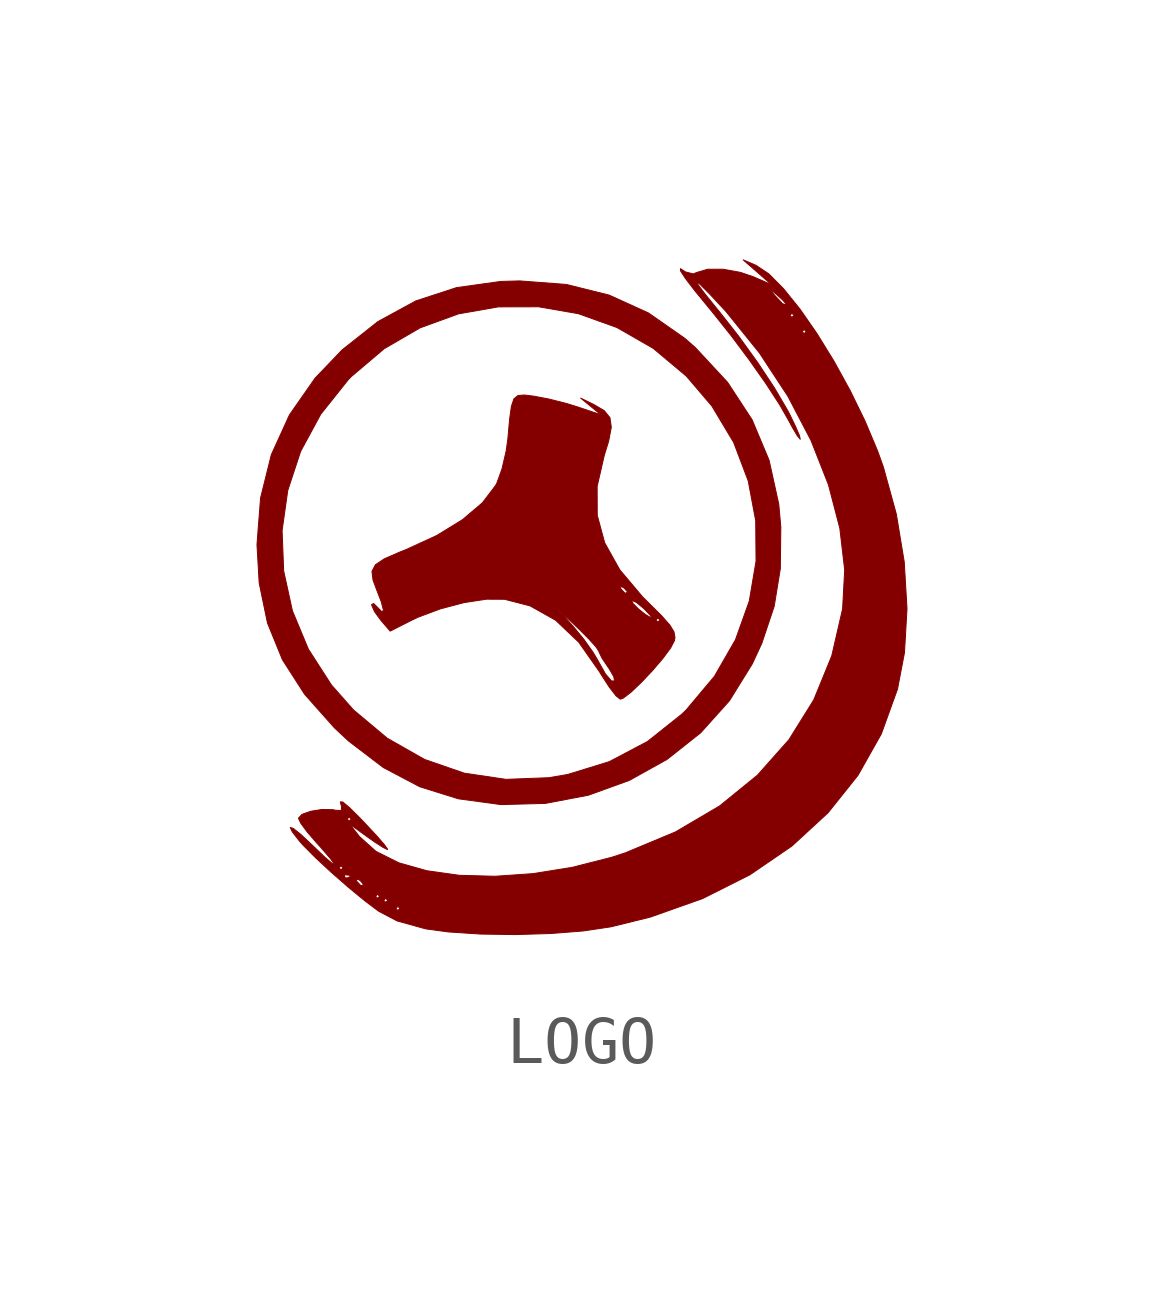
<source format=kicad_sym>
(kicad_symbol_lib
  (version 20220914)
  (generator "bitmap2component")
  (generator_version "9.0")
  (symbol "LOGO"
    (pin_names
      (offset 1.016))
    (property "Reference" "#G"
      (at 0 6.9 0)
      (effects (font (size 1.27 1.27)) hide))
    (symbol "LOGO_0_0"
      (polyline (pts (xy -0.922 -6.83) (xy -0.24 -6.776) (xy 0.334 -6.69) (xy 1.154 -6.488) (xy 2.244 -6.102) (xy 3.23 -5.606) (xy 4.104 -5.008) (xy 4.858 -4.314) (xy 5.482 -3.533) (xy 5.968 -2.671) (xy 6.306 -1.736) (xy 6.451 -0.978) (xy 6.504 -0.059) (xy 6.446 0.916) (xy 6.281 1.912) (xy 6.011 2.893) (xy 5.89 3.23) (xy 5.628 3.853) (xy 5.32 4.484) (xy 4.982 5.098) (xy 4.628 5.673) (xy 4.273 6.184) (xy 3.932 6.607) (xy 3.621 6.92) (xy 3.354 7.097) (xy 3.09 7.209) (xy 3.387 6.95) (xy 3.683 6.69) (xy 3.302 6.857) (xy 3.033 6.949) (xy 2.674 7.014) (xy 2.35 7.014) (xy 2.119 6.946) (xy 2.051 6.917) (xy 1.887 6.958) (xy 1.783 7.027) (xy 1.784 6.981) (xy 1.884 6.826) (xy 2.076 6.574) (xy 2.355 6.233) (xy 2.435 6.137) (xy 2.829 5.643) (xy 3.214 5.129) (xy 3.564 4.631) (xy 3.853 4.186) (xy 4.055 3.831) (xy 4.117 3.714) (xy 4.22 3.54) (xy 4.279 3.471) (xy 4.279 3.471) (xy 4.263 3.545) (xy 4.185 3.729) (xy 4.062 3.984) (xy 4.012 4.08) (xy 3.74 4.543) (xy 3.391 5.071) (xy 2.996 5.618) (xy 2.587 6.138) (xy 2.541 6.194) (xy 2.293 6.5) (xy 2.152 6.688) (xy 2.118 6.755) (xy 2.192 6.698) (xy 2.244 6.646) (xy 3.598 6.646) (xy 3.789 6.485) (xy 3.922 6.364) (xy 3.979 6.295) (xy 3.975 6.273) (xy 3.91 6.296) (xy 3.76 6.456) (xy 3.598 6.646) (xy 2.244 6.646) (xy 2.376 6.515) (xy 2.731 6.134) (xy 2.796 6.054) (xy 4.064 6.054) (xy 4.106 6.096) (xy 4.149 6.054) (xy 4.106 6.011) (xy 4.064 6.054) (xy 2.796 6.054) (xy 3.069 5.715) (xy 4.318 5.715) (xy 4.36 5.757) (xy 4.403 5.715) (xy 4.36 5.673) (xy 4.318 5.715) (xy 3.069 5.715) (xy 3.429 5.269) (xy 4.022 4.366) (xy 4.505 3.443) (xy 4.868 2.52) (xy 5.104 1.615) (xy 5.205 0.748) (xy 5.162 -0.064) (xy 4.936 -1.043) (xy 4.561 -1.96) (xy 4.044 -2.79) (xy 3.388 -3.529) (xy 2.599 -4.171) (xy 1.68 -4.712) (xy 0.635 -5.148) (xy 0.343 -5.243) (xy -0.474 -5.451) (xy -1.289 -5.582) (xy -2.08 -5.637) (xy -2.824 -5.617) (xy -3.501 -5.522) (xy -4.088 -5.356) (xy -4.564 -5.118) (xy -4.907 -4.81) (xy -5.114 -4.546) (xy -4.746 -4.813) (xy -4.599 -4.917) (xy -4.417 -5.034) (xy -4.324 -5.08) (xy -4.322 -5.072) (xy -4.388 -4.979) (xy -4.54 -4.803) (xy -4.755 -4.572) (xy -4.9 -4.42) (xy -5.126 -4.196) (xy -5.258 -4.088) (xy -5.306 -4.087) (xy -5.282 -4.185) (xy -5.285 -4.267) (xy -5.411 -4.26) (xy -5.466 -4.249) (xy -5.689 -4.245) (xy -5.922 -4.282) (xy -6.106 -4.347) (xy -6.18 -4.428) (xy -6.171 -4.445) (xy -5.165 -4.445) (xy -5.122 -4.403) (xy -5.08 -4.445) (xy -5.122 -4.487) (xy -5.165 -4.445) (xy -6.171 -4.445) (xy -6.131 -4.53) (xy -5.994 -4.716) (xy -5.799 -4.942) (xy -5.713 -5.036) (xy -5.513 -5.267) (xy -5.433 -5.38) (xy -5.47 -5.374) (xy -5.622 -5.246) (xy -5.884 -4.995) (xy -5.889 -4.991) (xy -6.131 -4.763) (xy -6.288 -4.639) (xy -6.35 -4.62) (xy -6.308 -4.71) (xy -6.151 -4.912) (xy -6.082 -4.989) (xy -5.826 -5.247) (xy -5.595 -5.461) (xy -5.334 -5.461) (xy -5.292 -5.419) (xy -5.249 -5.461) (xy -5.292 -5.503) (xy -5.334 -5.461) (xy -5.595 -5.461) (xy -5.496 -5.553) (xy -5.424 -5.616) (xy -5.221 -5.616) (xy -5.209 -5.606) (xy -5.108 -5.616) (xy -5.095 -5.642) (xy -5.165 -5.673) (xy -5.21 -5.667) (xy -5.221 -5.616) (xy -5.424 -5.616) (xy -5.331 -5.697) (xy -4.982 -5.697) (xy -4.924 -5.707) (xy -4.886 -5.733) (xy -4.826 -5.805) (xy -4.827 -5.816) (xy -4.876 -5.835) (xy -4.961 -5.744) (xy -4.982 -5.697) (xy -5.331 -5.697) (xy -5.136 -5.868) (xy -4.91 -6.054) (xy -4.572 -6.054) (xy -4.53 -6.011) (xy -4.487 -6.054) (xy -4.53 -6.096) (xy -4.572 -6.054) (xy -4.91 -6.054) (xy -4.807 -6.138) (xy -4.403 -6.138) (xy -4.36 -6.096) (xy -4.318 -6.138) (xy -4.36 -6.181) (xy -4.403 -6.138) (xy -4.807 -6.138) (xy -4.789 -6.153) (xy -4.583 -6.308) (xy -4.149 -6.308) (xy -4.106 -6.265) (xy -4.064 -6.308) (xy -4.106 -6.35) (xy -4.149 -6.308) (xy -4.583 -6.308) (xy -4.501 -6.369) (xy -4.122 -6.568) (xy -3.527 -6.733) (xy -3.056 -6.797) (xy -2.387 -6.841) (xy -1.657 -6.852) (xy -0.922 -6.83)) (stroke (width 0.01) (type default)) (fill (type outline)))
      (polyline (pts (xy -1.032 -4.118) (xy -0.135 -3.947) (xy 0.716 -3.639) (xy 1.502 -3.202) (xy 2.204 -2.646) (xy 2.803 -1.979) (xy 3.28 -1.209) (xy 3.478 -0.781) (xy 3.736 -0.01) (xy 3.864 0.777) (xy 3.874 1.64) (xy 3.831 2.12) (xy 3.63 3.032) (xy 3.276 3.876) (xy 2.765 4.657) (xy 2.096 5.378) (xy 1.872 5.575) (xy 1.117 6.102) (xy 0.297 6.475) (xy -0.595 6.697) (xy -1.566 6.771) (xy -1.962 6.76) (xy -2.885 6.631) (xy -3.733 6.354) (xy -4.522 5.924) (xy -5.269 5.333) (xy -5.833 4.743) (xy -6.366 3.979) (xy -6.744 3.149) (xy -6.968 2.248) (xy -7.021 1.567) (xy -6.52 1.567) (xy -6.402 2.404) (xy -6.134 3.218) (xy -5.715 3.992) (xy -5.144 4.708) (xy -5.077 4.778) (xy -4.394 5.357) (xy -3.644 5.793) (xy -2.845 6.084) (xy -2.016 6.23) (xy -1.176 6.232) (xy -0.345 6.088) (xy 0.458 5.8) (xy 1.215 5.365) (xy 1.906 4.786) (xy 2.438 4.162) (xy 2.891 3.406) (xy 3.195 2.603) (xy 3.351 1.772) (xy 3.358 0.931) (xy 3.217 0.098) (xy 2.929 -0.708) (xy 2.491 -1.469) (xy 1.906 -2.166) (xy 1.813 -2.257) (xy 1.097 -2.827) (xy 0.302 -3.247) (xy -0.566 -3.515) (xy -0.964 -3.583) (xy -1.856 -3.617) (xy -2.724 -3.488) (xy -3.553 -3.201) (xy -4.328 -2.76) (xy -5.034 -2.169) (xy -5.491 -1.651) (xy -5.973 -0.902) (xy -6.305 -0.104) (xy -6.487 0.725) (xy -6.52 1.567) (xy -7.021 1.567) (xy -7.043 1.27) (xy -6.997 0.474) (xy -6.824 -0.36) (xy -6.512 -1.125) (xy -6.05 -1.844) (xy -5.43 -2.542) (xy -5.136 -2.817) (xy -4.408 -3.372) (xy -3.651 -3.771) (xy -2.848 -4.022) (xy -1.957 -4.143) (xy -1.032 -4.118)) (stroke (width 0.01) (type default)) (fill (type outline)))
      (polyline (pts (xy 0.592 -1.923) (xy 0.757 -1.796) (xy 0.971 -1.592) (xy 1.201 -1.348) (xy 1.414 -1.099) (xy 1.577 -0.88) (xy 1.656 -0.728) (xy 1.668 -0.66) (xy 1.648 -0.544) (xy 1.562 -0.403) (xy 1.39 -0.208) (xy 1.111 0.069) (xy 0.993 0.186) (xy 0.517 0.751) (xy 0.203 1.313) (xy 0.048 1.887) (xy 0.046 2.489) (xy 0.194 3.133) (xy 0.286 3.431) (xy 0.341 3.721) (xy 0.313 3.921) (xy 0.194 4.067) (xy -0.024 4.195) (xy -0.296 4.328) (xy -0.085 4.154) (xy 0.127 3.98) (xy -0.368 4.147) (xy -0.581 4.213) (xy -0.954 4.308) (xy -1.274 4.369) (xy -1.47 4.393) (xy -1.603 4.383) (xy -1.688 4.314) (xy -1.741 4.158) (xy -1.778 3.888) (xy -1.815 3.476) (xy -1.851 3.221) (xy -1.937 2.852) (xy -2.044 2.557) (xy -2.07 2.508) (xy -2.344 2.148) (xy -2.761 1.794) (xy -3.299 1.464) (xy -3.935 1.172) (xy -4.071 1.118) (xy -4.39 0.979) (xy -4.575 0.855) (xy -4.647 0.718) (xy -4.625 0.537) (xy -4.573 0.399) (xy 0.522 0.399) (xy 0.58 0.389) (xy 0.617 0.363) (xy 0.677 0.291) (xy 0.676 0.28) (xy 0.627 0.261) (xy 0.542 0.352) (xy 0.522 0.399) (xy -4.573 0.399) (xy -4.53 0.283) (xy -4.453 0.085) (xy -4.409 -0.087) (xy -4.433 -0.133) (xy -4.527 -0.037) (xy -4.612 0.047) (xy -4.654 0.026) (xy -4.653 0.015) (xy -4.593 -0.122) (xy -4.462 -0.302) (xy -4.267 -0.528) (xy -3.828 -0.305) (xy -3.687 -0.238) (xy -3.219 -0.063) (xy -2.724 0.067) (xy -2.259 0.138) (xy -1.884 0.136) (xy -1.783 0.11) (xy 0.763 0.11) (xy 0.769 0.113) (xy 0.864 0.071) (xy 1.014 -0.053) (xy 1.042 -0.08) (xy 1.158 -0.203) (xy 1.183 -0.252) (xy 1.168 -0.249) (xy 1.054 -0.183) (xy 0.911 -0.069) (xy 0.796 0.045) (xy 0.763 0.11) (xy -1.783 0.11) (xy -1.353 -0.001) (xy -1.279 -0.042) (xy -0.797 -0.042) (xy -0.53 -0.296) (xy 1.27 -0.296) (xy 1.312 -0.254) (xy 1.355 -0.296) (xy 1.312 -0.339) (xy 1.27 -0.296) (xy -0.53 -0.296) (xy -0.356 -0.463) (xy -0.335 -0.482) (xy -0.123 -0.695) (xy 0.028 -0.864) (xy 0.085 -0.953) (xy 0.086 -0.964) (xy 0.147 -1.09) (xy 0.269 -1.272) (xy 0.298 -1.313) (xy 0.393 -1.477) (xy 0.408 -1.567) (xy 0.344 -1.566) (xy 0.219 -1.42) (xy 0.046 -1.112) (xy -0.042 -0.965) (xy -0.231 -0.699) (xy -0.448 -0.435) (xy -0.797 -0.042) (xy -1.279 -0.042) (xy -0.819 -0.301) (xy -0.338 -0.758) (xy 0.096 -1.376) (xy 0.134 -1.44) (xy 0.302 -1.698) (xy 0.442 -1.879) (xy 0.529 -1.947) (xy 0.592 -1.923)) (stroke (width 0.01) (type default)) (fill (type outline))))))
</source>
